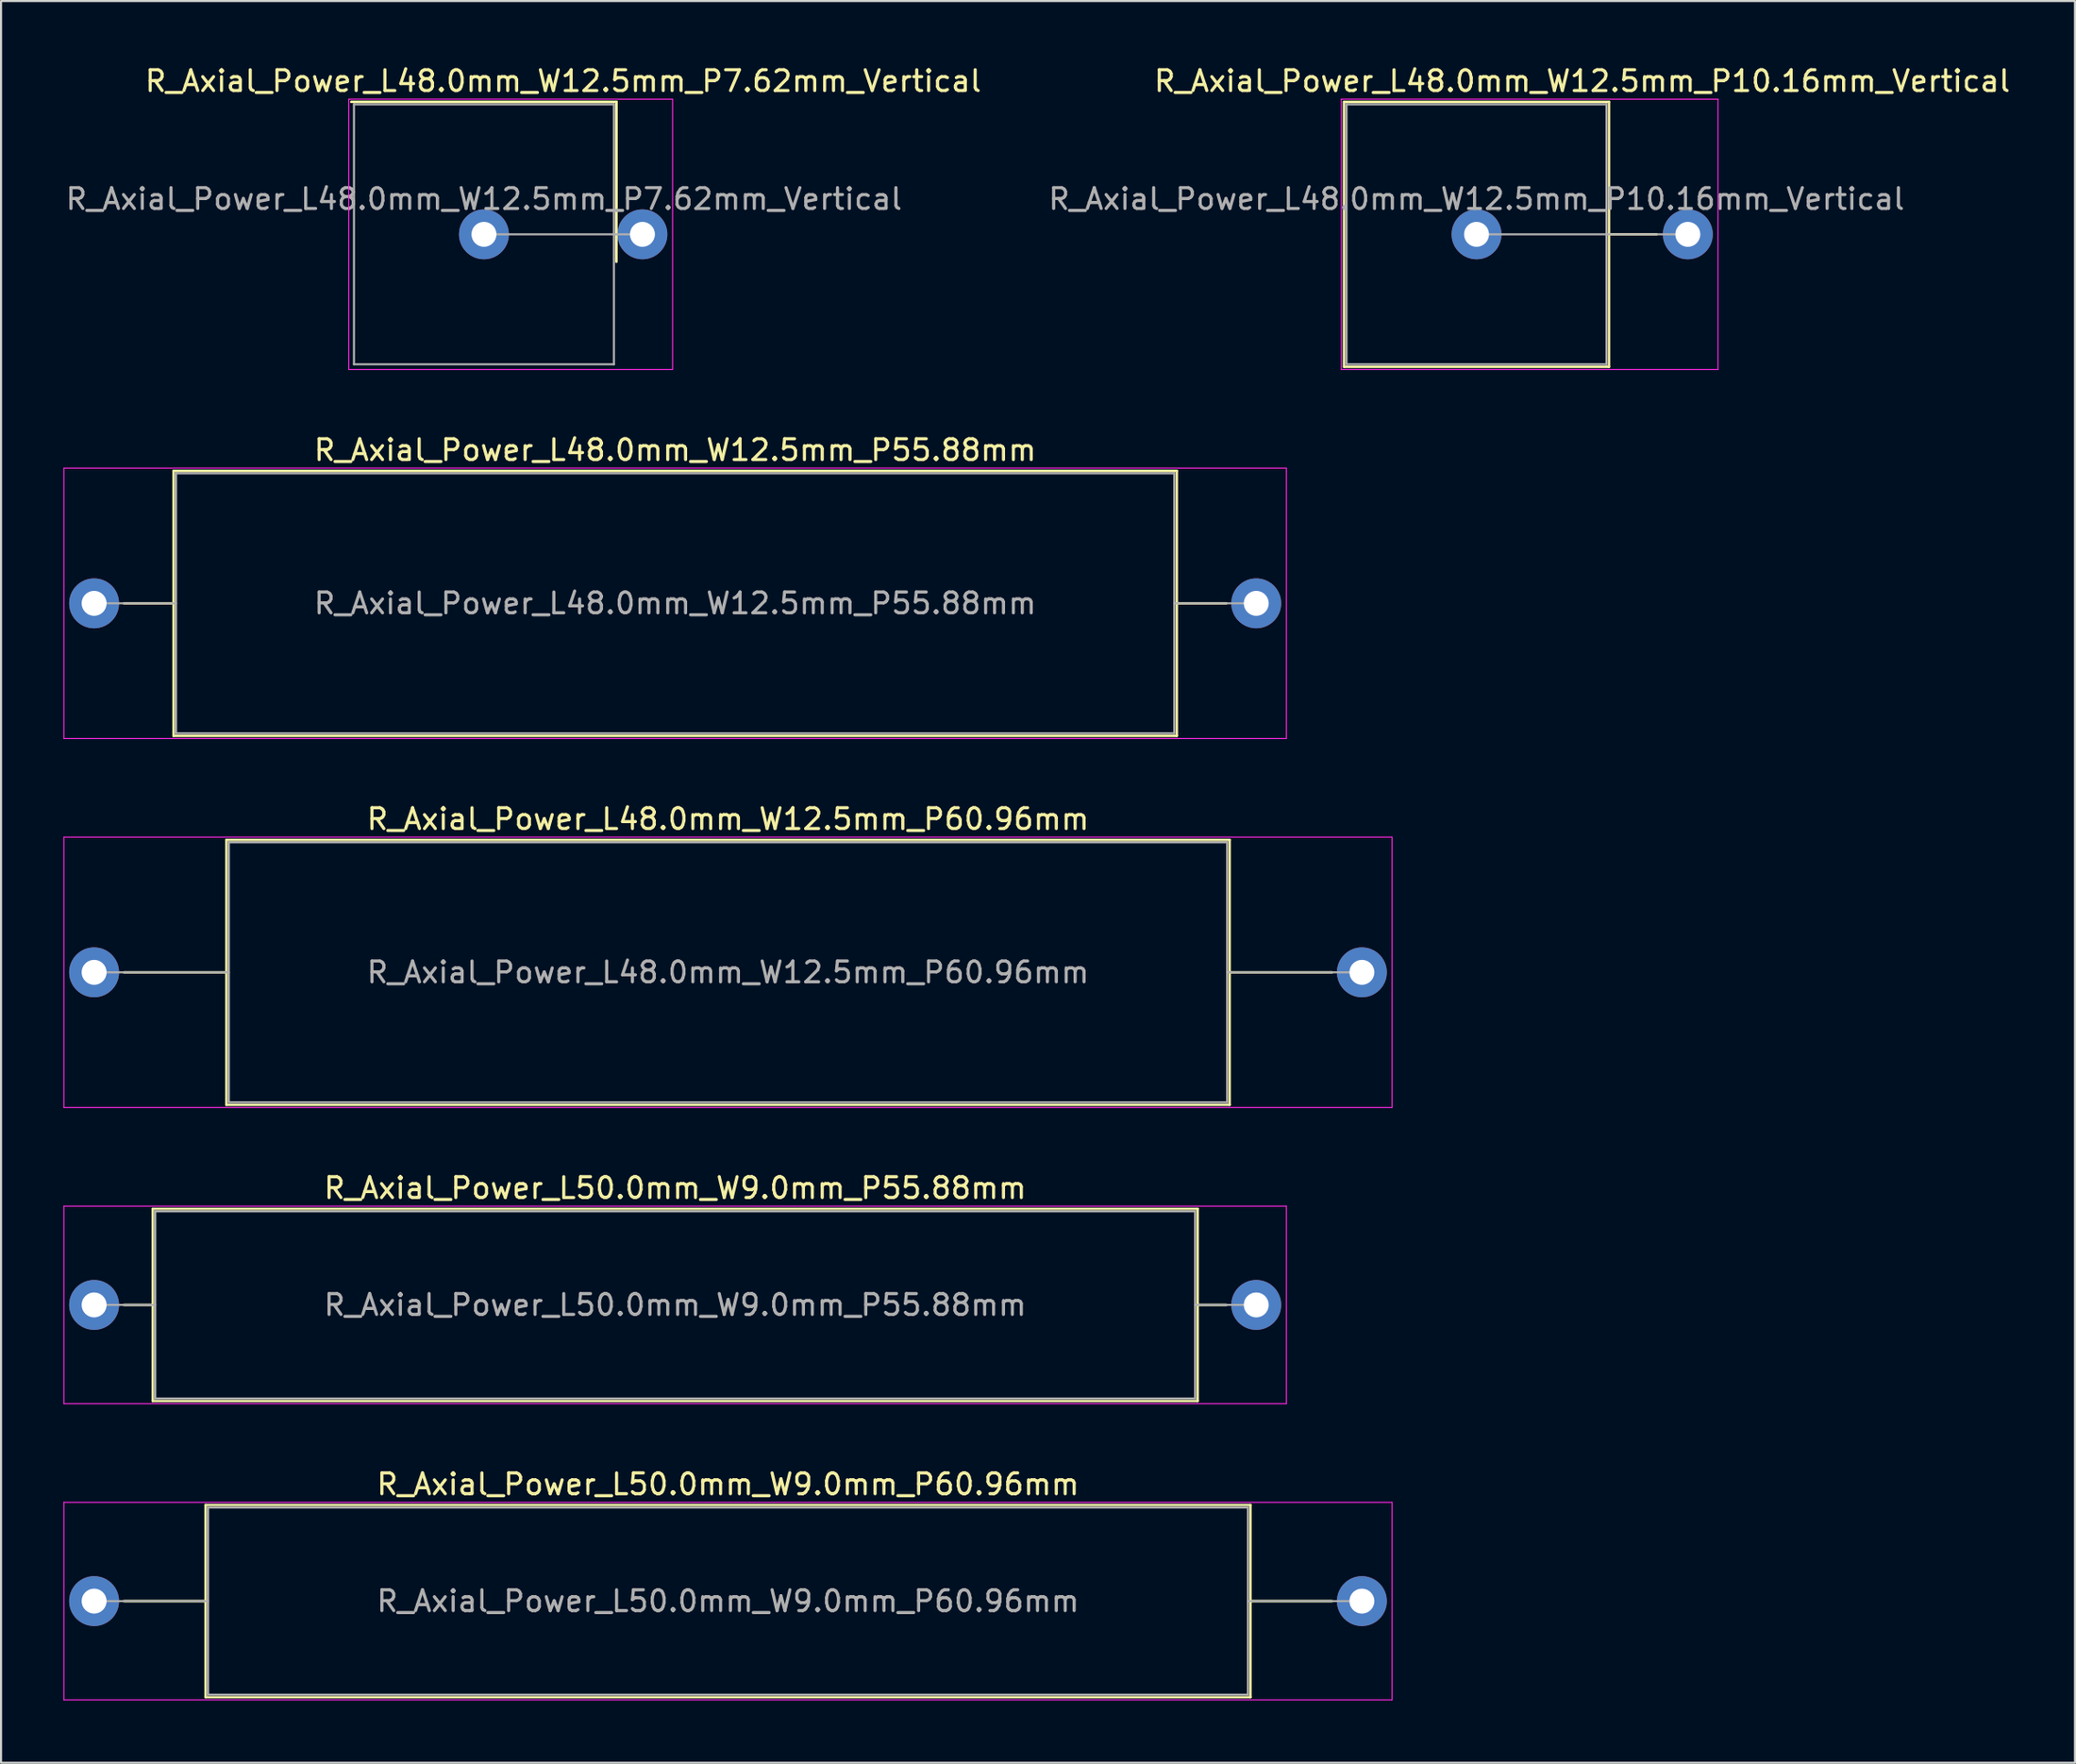
<source format=kicad_pcb>
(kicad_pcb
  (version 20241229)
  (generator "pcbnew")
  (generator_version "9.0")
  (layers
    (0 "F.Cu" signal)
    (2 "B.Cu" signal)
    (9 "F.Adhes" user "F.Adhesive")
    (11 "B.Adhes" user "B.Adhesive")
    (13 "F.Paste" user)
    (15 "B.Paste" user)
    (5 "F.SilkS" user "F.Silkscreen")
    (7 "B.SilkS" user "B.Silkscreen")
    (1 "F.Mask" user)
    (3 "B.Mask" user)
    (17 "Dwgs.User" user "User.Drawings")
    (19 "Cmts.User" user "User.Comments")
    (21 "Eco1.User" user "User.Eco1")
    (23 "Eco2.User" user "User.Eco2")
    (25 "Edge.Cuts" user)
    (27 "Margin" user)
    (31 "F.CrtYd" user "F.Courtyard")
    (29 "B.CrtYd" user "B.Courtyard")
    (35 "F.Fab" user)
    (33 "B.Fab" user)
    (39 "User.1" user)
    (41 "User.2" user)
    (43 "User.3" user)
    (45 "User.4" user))
  (footprint "R_Axial_Power_L48.0mm_W12.5mm_P10.16mm_Vertical"
    (layer "F.Cu")
    (at 67.947 8.218)
    (property "Reference" "R_Axial_Power_L48.0mm_W12.5mm_P10.16mm_Vertical" (at 5.08 -7.37 0) (layer "F.SilkS") (effects (font (size 1 1) (thickness 0.15))))
    (attr through_hole)
    (fp_line (start -6.37 -6.37) (end -6.37 6.37) (stroke (width 0.12) (type solid)) (layer "F.SilkS"))
    (fp_line (start -6.37 6.37) (end 6.37 6.37) (stroke (width 0.12) (type solid)) (layer "F.SilkS"))
    (fp_line (start 6.37 -6.37) (end -6.37 -6.37) (stroke (width 0.12) (type solid)) (layer "F.SilkS"))
    (fp_line (start 6.37 0) (end 8.66 0) (stroke (width 0.12) (type solid)) (layer "F.SilkS"))
    (fp_line (start 6.37 6.37) (end 6.37 -6.37) (stroke (width 0.12) (type solid)) (layer "F.SilkS"))
    (fp_line (start -6.5 -6.5) (end -6.5 6.5) (stroke (width 0.05) (type solid)) (layer "F.CrtYd"))
    (fp_line (start -6.5 6.5) (end 11.61 6.5) (stroke (width 0.05) (type solid)) (layer "F.CrtYd"))
    (fp_line (start 11.61 -6.5) (end -6.5 -6.5) (stroke (width 0.05) (type solid)) (layer "F.CrtYd"))
    (fp_line (start 11.61 6.5) (end 11.61 -6.5) (stroke (width 0.05) (type solid)) (layer "F.CrtYd"))
    (fp_line (start -6.25 -6.25) (end -6.25 6.25) (stroke (width 0.1) (type solid)) (layer "F.Fab"))
    (fp_line (start -6.25 6.25) (end 6.25 6.25) (stroke (width 0.1) (type solid)) (layer "F.Fab"))
    (fp_line (start 0 0) (end 10.16 0) (stroke (width 0.1) (type solid)) (layer "F.Fab"))
    (fp_line (start 6.25 -6.25) (end -6.25 -6.25) (stroke (width 0.1) (type solid)) (layer "F.Fab"))
    (fp_line (start 6.25 6.25) (end 6.25 -6.25) (stroke (width 0.1) (type solid)) (layer "F.Fab"))
    (fp_text user "${REFERENCE}" (at 0 -1.7 0) (layer "F.Fab") (effects (font (size 1 1) (thickness 0.15))))
    (pad "1" thru_hole circle (at 0 0) (size 2.4 2.4) (drill 1.2) (layers "*.Cu" "*.Mask"))
    (pad "2" thru_hole oval (at 10.16 0) (size 2.4 2.4) (drill 1.2) (layers "*.Cu" "*.Mask")))
  (footprint "R_Axial_Power_L48.0mm_W12.5mm_P60.96mm"
    (layer "F.Cu")
    (at 1.475 43.705)
    (property "Reference" "R_Axial_Power_L48.0mm_W12.5mm_P60.96mm" (at 30.48 -7.37 0) (layer "F.SilkS") (effects (font (size 1 1) (thickness 0.15))))
    (attr through_hole)
    (fp_line (start 1.44 0) (end 6.36 0) (stroke (width 0.12) (type solid)) (layer "F.SilkS"))
    (fp_line (start 6.36 -6.37) (end 6.36 6.37) (stroke (width 0.12) (type solid)) (layer "F.SilkS"))
    (fp_line (start 6.36 6.37) (end 54.6 6.37) (stroke (width 0.12) (type solid)) (layer "F.SilkS"))
    (fp_line (start 54.6 -6.37) (end 6.36 -6.37) (stroke (width 0.12) (type solid)) (layer "F.SilkS"))
    (fp_line (start 54.6 6.37) (end 54.6 -6.37) (stroke (width 0.12) (type solid)) (layer "F.SilkS"))
    (fp_line (start 59.52 0) (end 54.6 0) (stroke (width 0.12) (type solid)) (layer "F.SilkS"))
    (fp_line (start -1.45 -6.5) (end -1.45 6.5) (stroke (width 0.05) (type solid)) (layer "F.CrtYd"))
    (fp_line (start -1.45 6.5) (end 62.41 6.5) (stroke (width 0.05) (type solid)) (layer "F.CrtYd"))
    (fp_line (start 62.41 -6.5) (end -1.45 -6.5) (stroke (width 0.05) (type solid)) (layer "F.CrtYd"))
    (fp_line (start 62.41 6.5) (end 62.41 -6.5) (stroke (width 0.05) (type solid)) (layer "F.CrtYd"))
    (fp_line (start 0 0) (end 6.48 0) (stroke (width 0.1) (type solid)) (layer "F.Fab"))
    (fp_line (start 6.48 -6.25) (end 6.48 6.25) (stroke (width 0.1) (type solid)) (layer "F.Fab"))
    (fp_line (start 6.48 6.25) (end 54.48 6.25) (stroke (width 0.1) (type solid)) (layer "F.Fab"))
    (fp_line (start 54.48 -6.25) (end 6.48 -6.25) (stroke (width 0.1) (type solid)) (layer "F.Fab"))
    (fp_line (start 54.48 6.25) (end 54.48 -6.25) (stroke (width 0.1) (type solid)) (layer "F.Fab"))
    (fp_line (start 60.96 0) (end 54.48 0) (stroke (width 0.1) (type solid)) (layer "F.Fab"))
    (fp_text user "${REFERENCE}" (at 30.48 0 0) (layer "F.Fab") (effects (font (size 1 1) (thickness 0.15))))
    (pad "1" thru_hole circle (at 0 0) (size 2.4 2.4) (drill 1.2) (layers "*.Cu" "*.Mask"))
    (pad "2" thru_hole oval (at 60.96 0) (size 2.4 2.4) (drill 1.2) (layers "*.Cu" "*.Mask")))
  (footprint "R_Axial_Power_L50.0mm_W9.0mm_P60.96mm"
    (layer "F.Cu")
    (at 1.475 73.941)
    (property "Reference" "R_Axial_Power_L50.0mm_W9.0mm_P60.96mm" (at 30.48 -5.62 0) (layer "F.SilkS") (effects (font (size 1 1) (thickness 0.15))))
    (attr through_hole)
    (fp_line (start 1.44 0) (end 5.36 0) (stroke (width 0.12) (type solid)) (layer "F.SilkS"))
    (fp_line (start 5.36 -4.62) (end 5.36 4.62) (stroke (width 0.12) (type solid)) (layer "F.SilkS"))
    (fp_line (start 5.36 4.62) (end 55.6 4.62) (stroke (width 0.12) (type solid)) (layer "F.SilkS"))
    (fp_line (start 55.6 -4.62) (end 5.36 -4.62) (stroke (width 0.12) (type solid)) (layer "F.SilkS"))
    (fp_line (start 55.6 4.62) (end 55.6 -4.62) (stroke (width 0.12) (type solid)) (layer "F.SilkS"))
    (fp_line (start 59.52 0) (end 55.6 0) (stroke (width 0.12) (type solid)) (layer "F.SilkS"))
    (fp_line (start -1.45 -4.75) (end -1.45 4.75) (stroke (width 0.05) (type solid)) (layer "F.CrtYd"))
    (fp_line (start -1.45 4.75) (end 62.41 4.75) (stroke (width 0.05) (type solid)) (layer "F.CrtYd"))
    (fp_line (start 62.41 -4.75) (end -1.45 -4.75) (stroke (width 0.05) (type solid)) (layer "F.CrtYd"))
    (fp_line (start 62.41 4.75) (end 62.41 -4.75) (stroke (width 0.05) (type solid)) (layer "F.CrtYd"))
    (fp_line (start 0 0) (end 5.48 0) (stroke (width 0.1) (type solid)) (layer "F.Fab"))
    (fp_line (start 5.48 -4.5) (end 5.48 4.5) (stroke (width 0.1) (type solid)) (layer "F.Fab"))
    (fp_line (start 5.48 4.5) (end 55.48 4.5) (stroke (width 0.1) (type solid)) (layer "F.Fab"))
    (fp_line (start 55.48 -4.5) (end 5.48 -4.5) (stroke (width 0.1) (type solid)) (layer "F.Fab"))
    (fp_line (start 55.48 4.5) (end 55.48 -4.5) (stroke (width 0.1) (type solid)) (layer "F.Fab"))
    (fp_line (start 60.96 0) (end 55.48 0) (stroke (width 0.1) (type solid)) (layer "F.Fab"))
    (fp_text user "${REFERENCE}" (at 30.48 0 0) (layer "F.Fab") (effects (font (size 1 1) (thickness 0.15))))
    (pad "1" thru_hole circle (at 0 0) (size 2.4 2.4) (drill 1.2) (layers "*.Cu" "*.Mask"))
    (pad "2" thru_hole oval (at 60.96 0) (size 2.4 2.4) (drill 1.2) (layers "*.Cu" "*.Mask")))
  (footprint "R_Axial_Power_L48.0mm_W12.5mm_P55.88mm"
    (layer "F.Cu")
    (at 1.475 25.962)
    (property "Reference" "R_Axial_Power_L48.0mm_W12.5mm_P55.88mm" (at 27.94 -7.37 0) (layer "F.SilkS") (effects (font (size 1 1) (thickness 0.15))))
    (attr through_hole)
    (fp_line (start 1.44 0) (end 3.82 0) (stroke (width 0.12) (type solid)) (layer "F.SilkS"))
    (fp_line (start 3.82 -6.37) (end 3.82 6.37) (stroke (width 0.12) (type solid)) (layer "F.SilkS"))
    (fp_line (start 3.82 6.37) (end 52.06 6.37) (stroke (width 0.12) (type solid)) (layer "F.SilkS"))
    (fp_line (start 52.06 -6.37) (end 3.82 -6.37) (stroke (width 0.12) (type solid)) (layer "F.SilkS"))
    (fp_line (start 52.06 6.37) (end 52.06 -6.37) (stroke (width 0.12) (type solid)) (layer "F.SilkS"))
    (fp_line (start 54.44 0) (end 52.06 0) (stroke (width 0.12) (type solid)) (layer "F.SilkS"))
    (fp_line (start -1.45 -6.5) (end -1.45 6.5) (stroke (width 0.05) (type solid)) (layer "F.CrtYd"))
    (fp_line (start -1.45 6.5) (end 57.33 6.5) (stroke (width 0.05) (type solid)) (layer "F.CrtYd"))
    (fp_line (start 57.33 -6.5) (end -1.45 -6.5) (stroke (width 0.05) (type solid)) (layer "F.CrtYd"))
    (fp_line (start 57.33 6.5) (end 57.33 -6.5) (stroke (width 0.05) (type solid)) (layer "F.CrtYd"))
    (fp_line (start 0 0) (end 3.94 0) (stroke (width 0.1) (type solid)) (layer "F.Fab"))
    (fp_line (start 3.94 -6.25) (end 3.94 6.25) (stroke (width 0.1) (type solid)) (layer "F.Fab"))
    (fp_line (start 3.94 6.25) (end 51.94 6.25) (stroke (width 0.1) (type solid)) (layer "F.Fab"))
    (fp_line (start 51.94 -6.25) (end 3.94 -6.25) (stroke (width 0.1) (type solid)) (layer "F.Fab"))
    (fp_line (start 51.94 6.25) (end 51.94 -6.25) (stroke (width 0.1) (type solid)) (layer "F.Fab"))
    (fp_line (start 55.88 0) (end 51.94 0) (stroke (width 0.1) (type solid)) (layer "F.Fab"))
    (fp_text user "${REFERENCE}" (at 27.94 0 0) (layer "F.Fab") (effects (font (size 1 1) (thickness 0.15))))
    (pad "1" thru_hole circle (at 0 0) (size 2.4 2.4) (drill 1.2) (layers "*.Cu" "*.Mask"))
    (pad "2" thru_hole oval (at 55.88 0) (size 2.4 2.4) (drill 1.2) (layers "*.Cu" "*.Mask")))
  (footprint "R_Axial_Power_L48.0mm_W12.5mm_P7.62mm_Vertical"
    (layer "F.Cu")
    (at 20.22 8.218)
    (property "Reference" "R_Axial_Power_L48.0mm_W12.5mm_P7.62mm_Vertical" (at 3.81 -7.37 0) (layer "F.SilkS") (effects (font (size 1 1) (thickness 0.15))))
    (attr through_hole)
    (fp_line (start -6.37 -6.37) (end 6.37 -6.37) (stroke (width 0.12) (type solid)) (layer "F.SilkS"))
    (fp_line (start 6.37 -6.37) (end -6.37 -6.37) (stroke (width 0.12) (type solid)) (layer "F.SilkS"))
    (fp_line (start 6.37 -6.37) (end 6.37 1.32) (stroke (width 0.12) (type solid)) (layer "F.SilkS"))
    (fp_line (start 6.37 -1.32) (end 6.37 -6.37) (stroke (width 0.12) (type solid)) (layer "F.SilkS"))
    (fp_line (start -6.5 -6.5) (end -6.5 6.5) (stroke (width 0.05) (type solid)) (layer "F.CrtYd"))
    (fp_line (start -6.5 6.5) (end 9.07 6.5) (stroke (width 0.05) (type solid)) (layer "F.CrtYd"))
    (fp_line (start 9.07 -6.5) (end -6.5 -6.5) (stroke (width 0.05) (type solid)) (layer "F.CrtYd"))
    (fp_line (start 9.07 6.5) (end 9.07 -6.5) (stroke (width 0.05) (type solid)) (layer "F.CrtYd"))
    (fp_line (start -6.25 -6.25) (end -6.25 6.25) (stroke (width 0.1) (type solid)) (layer "F.Fab"))
    (fp_line (start -6.25 6.25) (end 6.25 6.25) (stroke (width 0.1) (type solid)) (layer "F.Fab"))
    (fp_line (start 0 0) (end 7.62 0) (stroke (width 0.1) (type solid)) (layer "F.Fab"))
    (fp_line (start 6.25 -6.25) (end -6.25 -6.25) (stroke (width 0.1) (type solid)) (layer "F.Fab"))
    (fp_line (start 6.25 6.25) (end 6.25 -6.25) (stroke (width 0.1) (type solid)) (layer "F.Fab"))
    (fp_text user "${REFERENCE}" (at 0 -1.7 0) (layer "F.Fab") (effects (font (size 1 1) (thickness 0.15))))
    (pad "1" thru_hole circle (at 0 0) (size 2.4 2.4) (drill 1.2) (layers "*.Cu" "*.Mask"))
    (pad "2" thru_hole oval (at 7.62 0) (size 2.4 2.4) (drill 1.2) (layers "*.Cu" "*.Mask")))
  (footprint "R_Axial_Power_L50.0mm_W9.0mm_P55.88mm"
    (layer "F.Cu")
    (at 1.475 59.698)
    (property "Reference" "R_Axial_Power_L50.0mm_W9.0mm_P55.88mm" (at 27.94 -5.62 0) (layer "F.SilkS") (effects (font (size 1 1) (thickness 0.15))))
    (attr through_hole)
    (fp_line (start 1.44 0) (end 2.82 0) (stroke (width 0.12) (type solid)) (layer "F.SilkS"))
    (fp_line (start 2.82 -4.62) (end 2.82 4.62) (stroke (width 0.12) (type solid)) (layer "F.SilkS"))
    (fp_line (start 2.82 4.62) (end 53.06 4.62) (stroke (width 0.12) (type solid)) (layer "F.SilkS"))
    (fp_line (start 53.06 -4.62) (end 2.82 -4.62) (stroke (width 0.12) (type solid)) (layer "F.SilkS"))
    (fp_line (start 53.06 4.62) (end 53.06 -4.62) (stroke (width 0.12) (type solid)) (layer "F.SilkS"))
    (fp_line (start 54.44 0) (end 53.06 0) (stroke (width 0.12) (type solid)) (layer "F.SilkS"))
    (fp_line (start -1.45 -4.75) (end -1.45 4.75) (stroke (width 0.05) (type solid)) (layer "F.CrtYd"))
    (fp_line (start -1.45 4.75) (end 57.33 4.75) (stroke (width 0.05) (type solid)) (layer "F.CrtYd"))
    (fp_line (start 57.33 -4.75) (end -1.45 -4.75) (stroke (width 0.05) (type solid)) (layer "F.CrtYd"))
    (fp_line (start 57.33 4.75) (end 57.33 -4.75) (stroke (width 0.05) (type solid)) (layer "F.CrtYd"))
    (fp_line (start 0 0) (end 2.94 0) (stroke (width 0.1) (type solid)) (layer "F.Fab"))
    (fp_line (start 2.94 -4.5) (end 2.94 4.5) (stroke (width 0.1) (type solid)) (layer "F.Fab"))
    (fp_line (start 2.94 4.5) (end 52.94 4.5) (stroke (width 0.1) (type solid)) (layer "F.Fab"))
    (fp_line (start 52.94 -4.5) (end 2.94 -4.5) (stroke (width 0.1) (type solid)) (layer "F.Fab"))
    (fp_line (start 52.94 4.5) (end 52.94 -4.5) (stroke (width 0.1) (type solid)) (layer "F.Fab"))
    (fp_line (start 55.88 0) (end 52.94 0) (stroke (width 0.1) (type solid)) (layer "F.Fab"))
    (fp_text user "${REFERENCE}" (at 27.94 0 0) (layer "F.Fab") (effects (font (size 1 1) (thickness 0.15))))
    (pad "1" thru_hole circle (at 0 0) (size 2.4 2.4) (drill 1.2) (layers "*.Cu" "*.Mask"))
    (pad "2" thru_hole oval (at 55.88 0) (size 2.4 2.4) (drill 1.2) (layers "*.Cu" "*.Mask")))
  (gr_rect
    (start -3 -3)
    (end 96.723 81.716)
    (stroke (width 0.1) (type default))
    (fill no)
    (layer "Edge.Cuts")))
</source>
